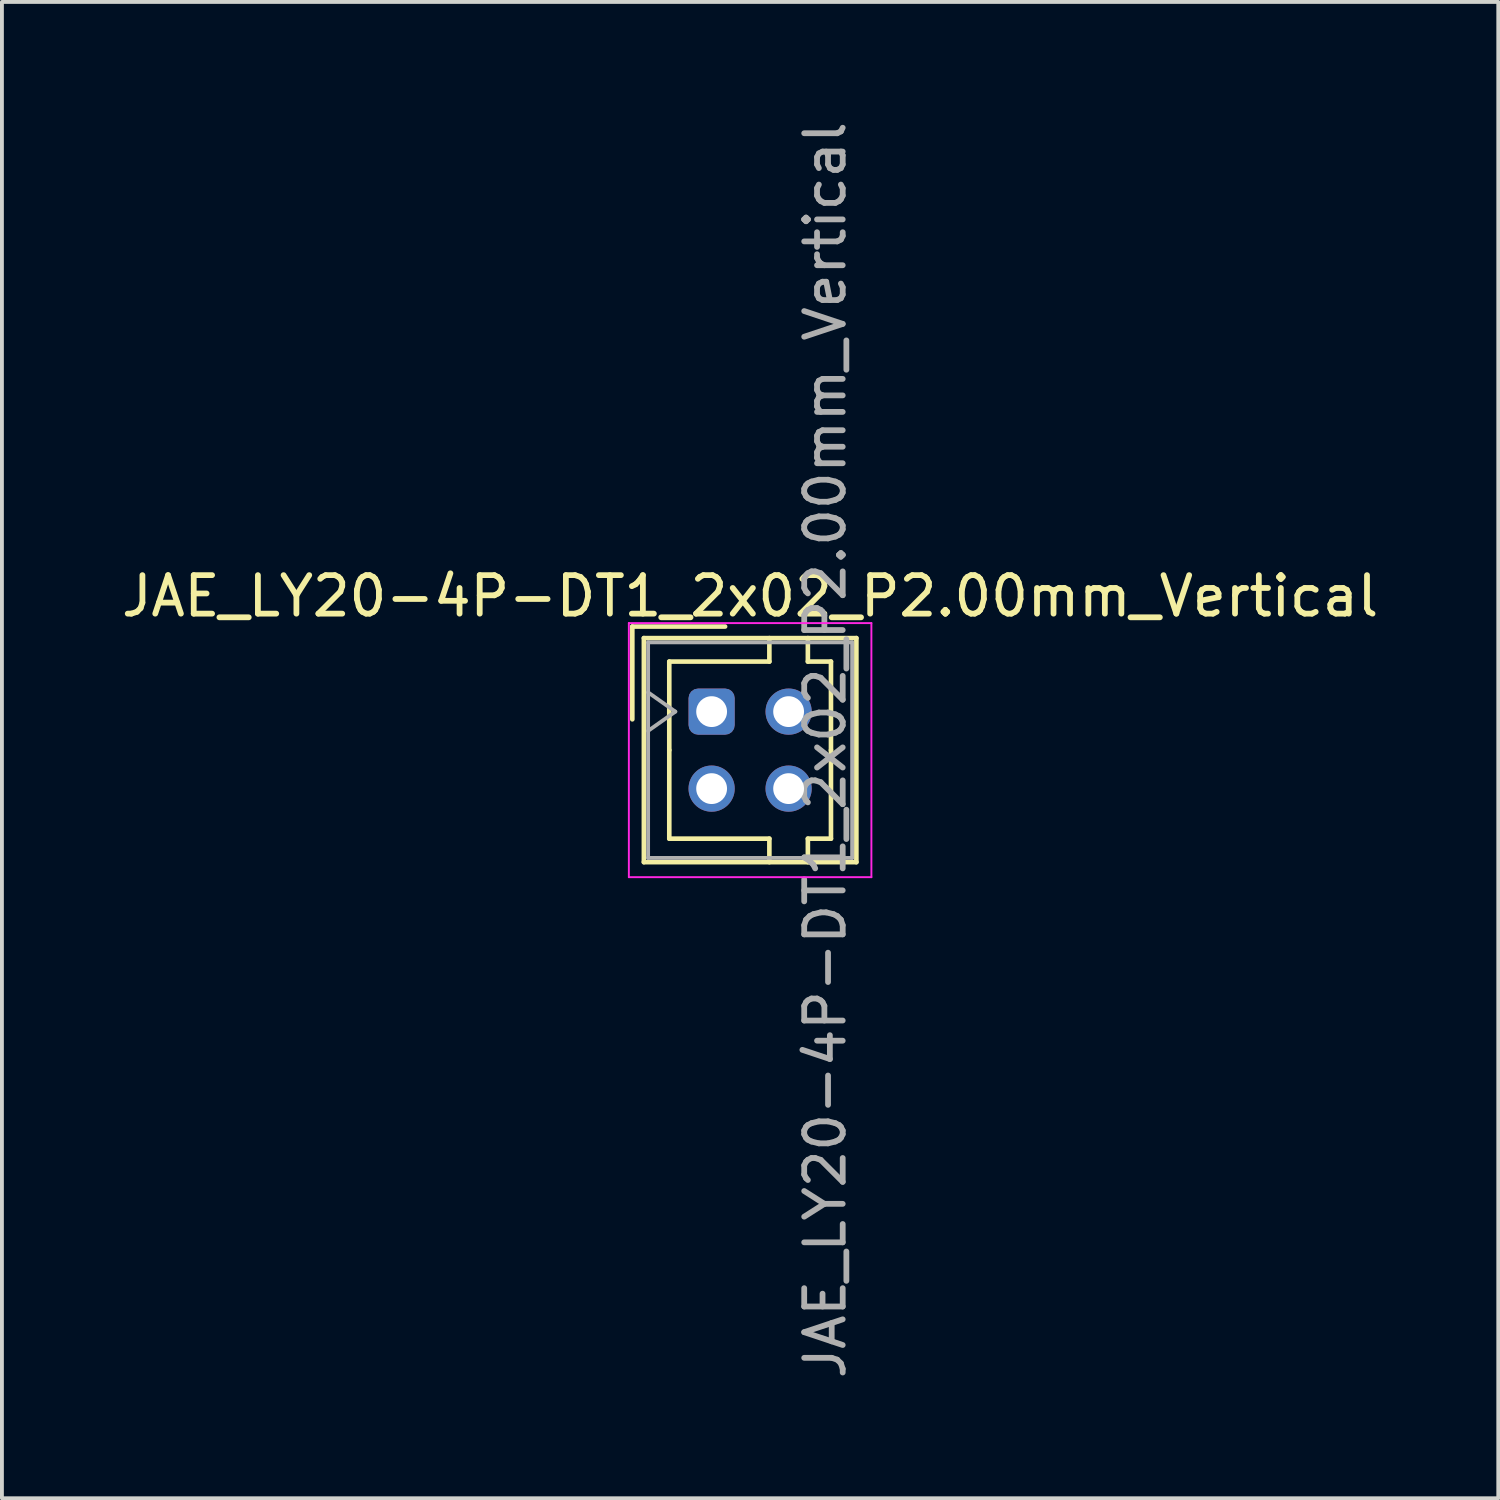
<source format=kicad_pcb>
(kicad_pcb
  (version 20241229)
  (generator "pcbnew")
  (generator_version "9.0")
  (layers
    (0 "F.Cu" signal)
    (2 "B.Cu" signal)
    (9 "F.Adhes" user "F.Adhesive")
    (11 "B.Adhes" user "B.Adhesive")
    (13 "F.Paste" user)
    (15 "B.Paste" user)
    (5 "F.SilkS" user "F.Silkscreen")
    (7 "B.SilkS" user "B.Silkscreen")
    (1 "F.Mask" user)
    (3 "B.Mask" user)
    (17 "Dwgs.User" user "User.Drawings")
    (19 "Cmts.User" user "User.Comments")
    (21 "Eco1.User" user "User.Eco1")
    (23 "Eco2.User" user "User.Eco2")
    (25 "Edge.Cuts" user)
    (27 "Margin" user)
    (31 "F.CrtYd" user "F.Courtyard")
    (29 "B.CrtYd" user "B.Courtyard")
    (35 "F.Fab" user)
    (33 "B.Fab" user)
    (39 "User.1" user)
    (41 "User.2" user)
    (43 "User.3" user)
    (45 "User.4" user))
  (footprint "JAE_LY20-4P-DT1_2x02_P2.00mm_Vertical"
    (layer "F.Cu")
    (at 15.435 15.435)
    (property "Reference" "JAE_LY20-4P-DT1_2x02_P2.00mm_Vertical" (at 1 -3 0) (layer "F.SilkS") (effects (font (size 1 1) (thickness 0.15))))
    (attr through_hole)
    (fp_line (start -2.06 -2.21) (end -2.06 0.2) (stroke (width 0.12) (type solid)) (layer "F.SilkS"))
    (fp_line (start -1.76 -1.91) (end -1.76 3.91) (stroke (width 0.12) (type solid)) (layer "F.SilkS"))
    (fp_line (start -1.76 3.91) (end 3.76 3.91) (stroke (width 0.12) (type solid)) (layer "F.SilkS"))
    (fp_line (start -1.1 -1.3) (end -1.1 1) (stroke (width 0.12) (type solid)) (layer "F.SilkS"))
    (fp_line (start -1.1 3.3) (end -1.1 1) (stroke (width 0.12) (type solid)) (layer "F.SilkS"))
    (fp_line (start 0.35 -2.21) (end -2.06 -2.21) (stroke (width 0.12) (type solid)) (layer "F.SilkS"))
    (fp_line (start 1.5 -1.91) (end 1.5 -1.3) (stroke (width 0.12) (type solid)) (layer "F.SilkS"))
    (fp_line (start 1.5 -1.3) (end -1.1 -1.3) (stroke (width 0.12) (type solid)) (layer "F.SilkS"))
    (fp_line (start 1.5 3.3) (end -1.1 3.3) (stroke (width 0.12) (type solid)) (layer "F.SilkS"))
    (fp_line (start 1.5 3.91) (end 1.5 3.3) (stroke (width 0.12) (type solid)) (layer "F.SilkS"))
    (fp_line (start 2.5 -1.91) (end 2.5 -1.3) (stroke (width 0.12) (type solid)) (layer "F.SilkS"))
    (fp_line (start 2.5 -1.3) (end 3.1 -1.3) (stroke (width 0.12) (type solid)) (layer "F.SilkS"))
    (fp_line (start 2.5 3.3) (end 3.1 3.3) (stroke (width 0.12) (type solid)) (layer "F.SilkS"))
    (fp_line (start 2.5 3.91) (end 2.5 3.3) (stroke (width 0.12) (type solid)) (layer "F.SilkS"))
    (fp_line (start 3.1 -1.3) (end 3.1 1) (stroke (width 0.12) (type solid)) (layer "F.SilkS"))
    (fp_line (start 3.1 3.3) (end 3.1 1) (stroke (width 0.12) (type solid)) (layer "F.SilkS"))
    (fp_line (start 3.76 -1.91) (end -1.76 -1.91) (stroke (width 0.12) (type solid)) (layer "F.SilkS"))
    (fp_line (start 3.76 3.91) (end 3.76 -1.91) (stroke (width 0.12) (type solid)) (layer "F.SilkS"))
    (fp_line (start -2.15 -2.3) (end -2.15 4.3) (stroke (width 0.05) (type solid)) (layer "F.CrtYd"))
    (fp_line (start -2.15 4.3) (end 4.15 4.3) (stroke (width 0.05) (type solid)) (layer "F.CrtYd"))
    (fp_line (start 4.15 -2.3) (end -2.15 -2.3) (stroke (width 0.05) (type solid)) (layer "F.CrtYd"))
    (fp_line (start 4.15 4.3) (end 4.15 -2.3) (stroke (width 0.05) (type solid)) (layer "F.CrtYd"))
    (fp_line (start -1.65 -1.8) (end -1.65 3.8) (stroke (width 0.1) (type solid)) (layer "F.Fab"))
    (fp_line (start -1.65 0.5) (end -0.943 0) (stroke (width 0.1) (type solid)) (layer "F.Fab"))
    (fp_line (start -1.65 3.8) (end 3.65 3.8) (stroke (width 0.1) (type solid)) (layer "F.Fab"))
    (fp_line (start -0.943 0) (end -1.65 -0.5) (stroke (width 0.1) (type solid)) (layer "F.Fab"))
    (fp_line (start 3.65 -1.8) (end -1.65 -1.8) (stroke (width 0.1) (type solid)) (layer "F.Fab"))
    (fp_line (start 3.65 3.8) (end 3.65 -1.8) (stroke (width 0.1) (type solid)) (layer "F.Fab"))
    (fp_text user "${REFERENCE}" (at 2.95 1 90) (layer "F.Fab") (effects (font (size 1 1) (thickness 0.15))))
    (pad "a1" thru_hole roundrect (at 0 0) (size 1.2 1.2) (drill 0.8) (layers "*.Cu" "*.Mask") (roundrect_rratio 0.208))
    (pad "a2" thru_hole circle (at 0 2) (size 1.2 1.2) (drill 0.8) (layers "*.Cu" "*.Mask"))
    (pad "b1" thru_hole circle (at 2 0) (size 1.2 1.2) (drill 0.8) (layers "*.Cu" "*.Mask"))
    (pad "b2" thru_hole circle (at 2 2) (size 1.2 1.2) (drill 0.8) (layers "*.Cu" "*.Mask")))
  (gr_rect
    (start -3 -3)
    (end 35.869 35.869)
    (stroke (width 0.1) (type default))
    (fill no)
    (layer "Edge.Cuts")))
</source>
